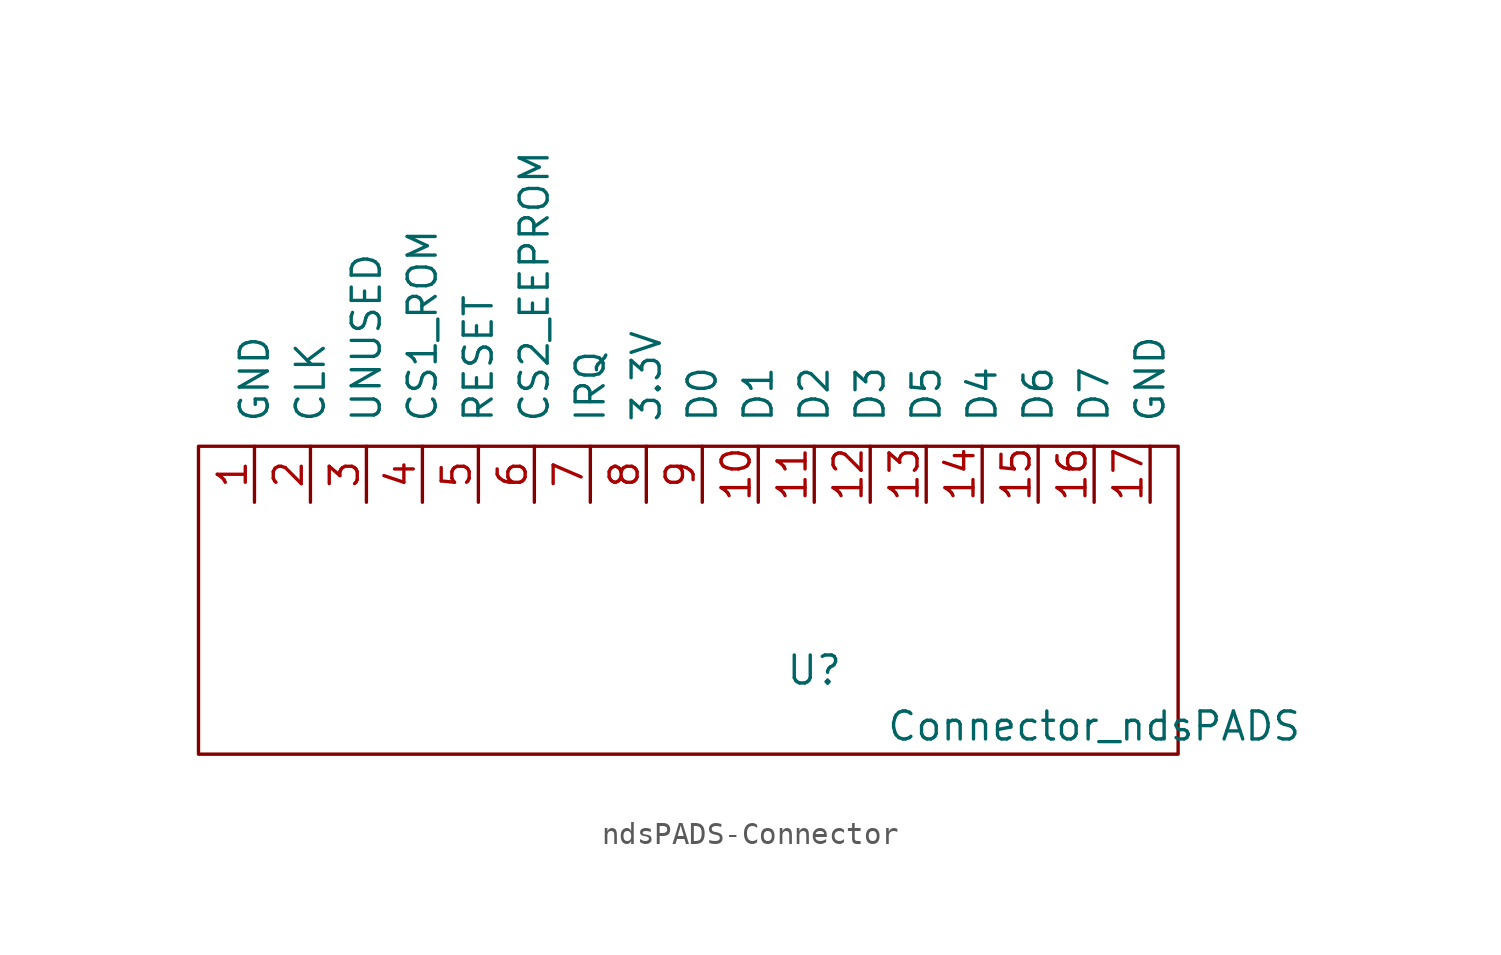
<source format=kicad_sym>
(kicad_symbol_lib
  (version 20231120)
  (generator "kicad_symbol_editor")
  (generator_version "8.0")
  (symbol "ndsPADS-Connector"
    (pin_names
      (offset 1.016))
    (property "Reference" "U"
      (at 0 0 0)
      (effects (font (size 1.27 1.27))))
    (property "Value" "Connector_ndsPADS"
      (at 12.7 -2.54 0)
      (effects (font (size 1.27 1.27))))
    (symbol "ndsPADS-Connector_0_1"
      (rectangle (start -27.94 -3.81) (end 16.51 10.16) (stroke (width 0) (type solid)) (fill (type none))))
    (symbol "ndsPADS-Connector_1_1"
      (pin input line (at -25.4 7.62 90) (length 2.54) (name "GND" (effects (font (size 1.27 1.27)))) (number "1" (effects (font (size 1.27 1.27)))))
      (pin input line (at -2.54 7.62 90) (length 2.54) (name "D1" (effects (font (size 1.27 1.27)))) (number "10" (effects (font (size 1.27 1.27)))))
      (pin input line (at 0 7.62 90) (length 2.54) (name "D2" (effects (font (size 1.27 1.27)))) (number "11" (effects (font (size 1.27 1.27)))))
      (pin input line (at 2.54 7.62 90) (length 2.54) (name "D3" (effects (font (size 1.27 1.27)))) (number "12" (effects (font (size 1.27 1.27)))))
      (pin input line (at 5.08 7.62 90) (length 2.54) (name "D5" (effects (font (size 1.27 1.27)))) (number "13" (effects (font (size 1.27 1.27)))))
      (pin input line (at 7.62 7.62 90) (length 2.54) (name "D4" (effects (font (size 1.27 1.27)))) (number "14" (effects (font (size 1.27 1.27)))))
      (pin input line (at 10.16 7.62 90) (length 2.54) (name "D6" (effects (font (size 1.27 1.27)))) (number "15" (effects (font (size 1.27 1.27)))))
      (pin input line (at 12.7 7.62 90) (length 2.54) (name "D7" (effects (font (size 1.27 1.27)))) (number "16" (effects (font (size 1.27 1.27)))))
      (pin passive line (at 15.24 7.62 90) (length 2.54) (name "GND" (effects (font (size 1.27 1.27)))) (number "17" (effects (font (size 1.27 1.27)))))
      (pin input line (at -22.86 7.62 90) (length 2.54) (name "CLK" (effects (font (size 1.27 1.27)))) (number "2" (effects (font (size 1.27 1.27)))))
      (pin bidirectional line (at -20.32 7.62 90) (length 2.54) (name "UNUSED" (effects (font (size 1.27 1.27)))) (number "3" (effects (font (size 1.27 1.27)))))
      (pin input line (at -17.78 7.62 90) (length 2.54) (name "CS1_ROM" (effects (font (size 1.27 1.27)))) (number "4" (effects (font (size 1.27 1.27)))))
      (pin input line (at -15.24 7.62 90) (length 2.54) (name "RESET" (effects (font (size 1.27 1.27)))) (number "5" (effects (font (size 1.27 1.27)))))
      (pin input line (at -12.7 7.62 90) (length 2.54) (name "CS2_EEPROM" (effects (font (size 1.27 1.27)))) (number "6" (effects (font (size 1.27 1.27)))))
      (pin output line (at -10.16 7.62 90) (length 2.54) (name "IRQ" (effects (font (size 1.27 1.27)))) (number "7" (effects (font (size 1.27 1.27)))))
      (pin output line (at -7.62 7.62 90) (length 2.54) (name "3.3V" (effects (font (size 1.27 1.27)))) (number "8" (effects (font (size 1.27 1.27)))))
      (pin input line (at -5.08 7.62 90) (length 2.54) (name "D0" (effects (font (size 1.27 1.27)))) (number "9" (effects (font (size 1.27 1.27))))))))
</source>
